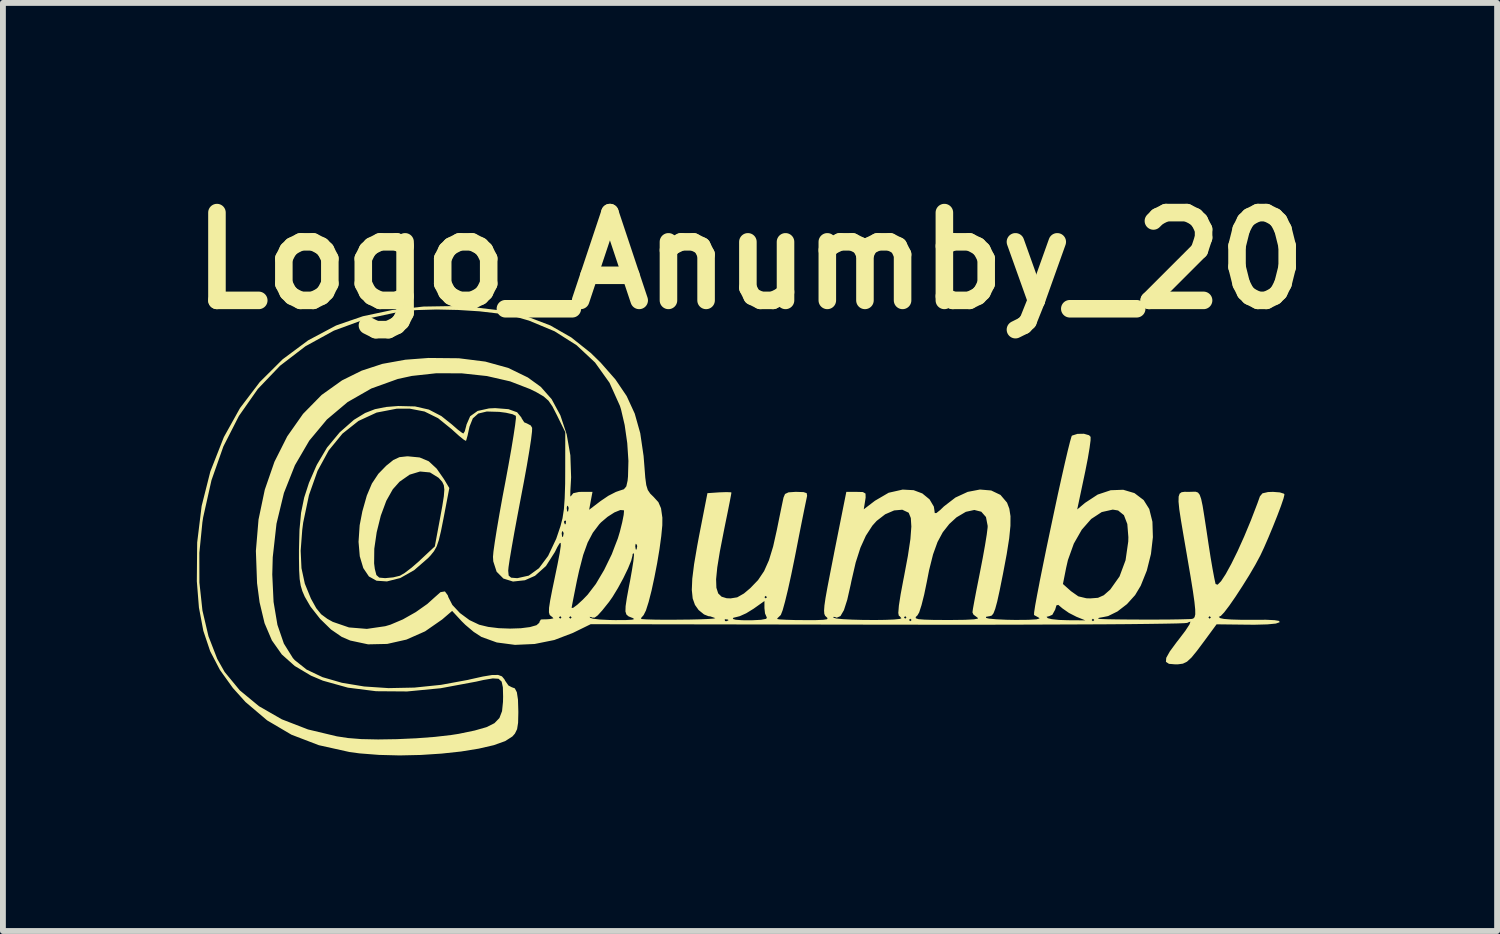
<source format=kicad_pcb>
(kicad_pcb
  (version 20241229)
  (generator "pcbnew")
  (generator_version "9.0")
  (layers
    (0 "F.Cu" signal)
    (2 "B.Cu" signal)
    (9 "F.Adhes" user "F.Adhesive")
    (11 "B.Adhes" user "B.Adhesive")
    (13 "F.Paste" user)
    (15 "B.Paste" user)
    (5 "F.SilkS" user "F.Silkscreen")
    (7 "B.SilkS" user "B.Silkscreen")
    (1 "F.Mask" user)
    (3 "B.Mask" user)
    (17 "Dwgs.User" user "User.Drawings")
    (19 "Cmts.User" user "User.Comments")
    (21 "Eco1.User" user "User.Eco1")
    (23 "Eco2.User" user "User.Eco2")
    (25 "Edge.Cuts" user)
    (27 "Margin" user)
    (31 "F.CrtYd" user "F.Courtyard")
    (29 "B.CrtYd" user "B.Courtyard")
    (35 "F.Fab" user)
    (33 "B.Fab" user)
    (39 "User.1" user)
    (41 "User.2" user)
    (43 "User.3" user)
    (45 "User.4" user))
  (footprint "Logo_Anumby_20"
    (layer "F.Cu")
    (at 9.664 6.004)
    (property "Reference" "Logo_Anumby_20" (at 0.1 -4.6 0) (layer "F.SilkS") (effects (font (size 1.5 1.5) (thickness 0.3))))
    (attr board_only exclude_from_pos_files exclude_from_bom)
    (fp_poly (pts (xy -5.544 -1.238) (xy -5.389 -1.173) (xy -5.254 -1.048) (xy -5.128 -0.867) (xy -5.037 -0.715) (xy -5.135 -0.203) (xy -5.179 0.018) (xy -5.216 0.173) (xy -5.253 0.282) (xy -5.299 0.364) (xy -5.36 0.439) (xy -5.402 0.483) (xy -5.638 0.688) (xy -5.875 0.822) (xy -6.103 0.88) (xy -6.281 0.868) (xy -6.411 0.795) (xy -6.507 0.652) (xy -6.531 0.572) (xy -6.322 0.572) (xy -6.31 0.667) (xy -6.283 0.771) (xy -6.234 0.815) (xy -6.134 0.824) (xy -6.134 0.824) (xy -5.997 0.811) (xy -5.881 0.783) (xy -5.799 0.735) (xy -5.679 0.643) (xy -5.547 0.528) (xy -5.531 0.512) (xy -5.285 0.282) (xy -5.2 -0.173) (xy -5.157 -0.408) (xy -5.131 -0.573) (xy -5.122 -0.687) (xy -5.131 -0.764) (xy -5.158 -0.821) (xy -5.205 -0.874) (xy -5.221 -0.891) (xy -5.367 -0.982) (xy -5.537 -0.998) (xy -5.715 -0.944) (xy -5.888 -0.823) (xy -6.003 -0.694) (xy -6.114 -0.497) (xy -6.208 -0.243) (xy -6.278 0.04) (xy -6.319 0.321) (xy -6.322 0.572) (xy -6.531 0.572) (xy -6.567 0.451) (xy -6.588 0.203) (xy -6.569 -0.079) (xy -6.523 -0.317) (xy -6.447 -0.586) (xy -6.36 -0.792) (xy -6.25 -0.958) (xy -6.115 -1.097) (xy -5.993 -1.195) (xy -5.889 -1.243) (xy -5.762 -1.257) (xy -5.74 -1.257)) (stroke (width 0) (type solid)) (fill yes) (layer "F.SilkS"))
    (fp_poly (pts (xy -4.677 -3.811) (xy -4.161 -3.75) (xy -3.71 -3.646) (xy -3.312 -3.494) (xy -2.954 -3.289) (xy -2.621 -3.024) (xy -2.453 -2.86) (xy -2.199 -2.571) (xy -2.007 -2.287) (xy -1.869 -1.987) (xy -1.775 -1.653) (xy -1.718 -1.264) (xy -1.704 -1.088) (xy -1.689 -0.894) (xy -1.672 -0.766) (xy -1.646 -0.682) (xy -1.604 -0.62) (xy -1.547 -0.564) (xy -1.465 -0.474) (xy -1.42 -0.37) (xy -1.398 -0.216) (xy -1.397 -0.212) (xy -1.398 -0.079) (xy -1.416 0.107) (xy -1.446 0.328) (xy -1.486 0.568) (xy -1.533 0.81) (xy -1.582 1.037) (xy -1.632 1.232) (xy -1.678 1.377) (xy -1.718 1.457) (xy -1.724 1.463) (xy -1.763 1.508) (xy -1.753 1.523) (xy -1.666 1.529) (xy -1.525 1.533) (xy -1.347 1.535) (xy -1.15 1.534) (xy -0.951 1.532) (xy -0.938 1.532) (xy -0.332 1.532) (xy -0.326 1.557) (xy -0.303 1.56) (xy -0.268 1.545) (xy -0.275 1.532) (xy -0.326 1.526) (xy -0.332 1.532) (xy -0.938 1.532) (xy -0.768 1.528) (xy -0.619 1.522) (xy -0.603 1.521) (xy -0.193 1.521) (xy -0.144 1.535) (xy -0.032 1.543) (xy 0.119 1.544) (xy 0.127 1.544) (xy 0.289 1.536) (xy 0.377 1.519) (xy 0.388 1.498) (xy 0.357 1.427) (xy 0.347 1.336) (xy 0.347 1.215) (xy 0.161 1.347) (xy 0.036 1.424) (xy -0.075 1.474) (xy -0.118 1.485) (xy -0.184 1.501) (xy -0.193 1.521) (xy -0.603 1.521) (xy -0.521 1.515) (xy -0.491 1.507) (xy -0.492 1.507) (xy -0.579 1.477) (xy -0.61 1.474) (xy -0.685 1.444) (xy -0.774 1.372) (xy -0.779 1.367) (xy -0.84 1.281) (xy -0.879 1.171) (xy -0.894 1.025) (xy -0.886 0.834) (xy -0.855 0.586) (xy -0.801 0.269) (xy -0.771 0.108) (xy -0.627 -0.628) (xy -0.422 -0.642) (xy -0.302 -0.646) (xy -0.228 -0.643) (xy -0.217 -0.638) (xy -0.225 -0.591) (xy -0.247 -0.475) (xy -0.281 -0.304) (xy -0.324 -0.094) (xy -0.348 0.026) (xy -0.415 0.37) (xy -0.459 0.64) (xy -0.479 0.843) (xy -0.474 0.988) (xy -0.443 1.085) (xy -0.385 1.141) (xy -0.3 1.167) (xy -0.232 1.17) (xy -0.119 1.152) (xy -0.113 1.149) (xy 0.347 1.149) (xy 0.368 1.17) (xy 0.39 1.149) (xy 0.368 1.127) (xy 0.347 1.149) (xy -0.113 1.149) (xy -0.003 1.086) (xy 0.105 0.995) (xy 0.238 0.857) (xy 0.341 0.704) (xy 0.424 0.518) (xy 0.496 0.282) (xy 0.559 -0.000056) (xy 0.599 -0.198) (xy 0.635 -0.373) (xy 0.662 -0.502) (xy 0.673 -0.553) (xy 0.699 -0.614) (xy 0.758 -0.642) (xy 0.875 -0.65) (xy 0.894 -0.65) (xy 1.015 -0.646) (xy 1.069 -0.628) (xy 1.076 -0.584) (xy 1.07 -0.553) (xy 1.055 -0.482) (xy 1.026 -0.341) (xy 0.986 -0.143) (xy 0.938 0.099) (xy 0.885 0.371) (xy 0.864 0.477) (xy 0.805 0.765) (xy 0.749 1.019) (xy 0.699 1.225) (xy 0.658 1.373) (xy 0.628 1.45) (xy 0.623 1.457) (xy 0.572 1.506) (xy 0.564 1.522) (xy 0.604 1.529) (xy 0.713 1.535) (xy 0.873 1.54) (xy 1.023 1.541) (xy 1.226 1.541) (xy 1.353 1.536) (xy 1.416 1.526) (xy 1.426 1.507) (xy 1.407 1.489) (xy 1.404 1.486) (xy 1.522 1.486) (xy 1.528 1.5) (xy 1.577 1.514) (xy 1.69 1.525) (xy 1.85 1.533) (xy 2.036 1.538) (xy 2.229 1.539) (xy 2.253 1.539) (xy 2.817 1.539) (xy 2.839 1.56) (xy 2.861 1.539) (xy 2.839 1.517) (xy 2.817 1.539) (xy 2.253 1.539) (xy 2.41 1.537) (xy 2.559 1.531) (xy 2.658 1.521) (xy 2.687 1.51) (xy 2.675 1.495) (xy 2.731 1.495) (xy 2.752 1.517) (xy 2.774 1.495) (xy 2.768 1.489) (xy 2.931 1.489) (xy 2.934 1.51) (xy 2.98 1.525) (xy 3.081 1.533) (xy 3.246 1.538) (xy 3.486 1.539) (xy 3.534 1.539) (xy 3.772 1.536) (xy 3.927 1.528) (xy 3.996 1.515) (xy 3.989 1.5) (xy 3.919 1.448) (xy 3.901 1.409) (xy 3.909 1.35) (xy 3.932 1.223) (xy 3.966 1.043) (xy 4.009 0.827) (xy 4.031 0.715) (xy 4.077 0.478) (xy 4.116 0.261) (xy 4.145 0.081) (xy 4.16 -0.04) (xy 4.161 -0.069) (xy 4.132 -0.22) (xy 4.052 -0.311) (xy 3.933 -0.341) (xy 3.788 -0.309) (xy 3.629 -0.215) (xy 3.505 -0.101) (xy 3.394 0.04) (xy 3.304 0.207) (xy 3.228 0.418) (xy 3.16 0.689) (xy 3.121 0.889) (xy 3.076 1.106) (xy 3.031 1.285) (xy 2.991 1.409) (xy 2.962 1.459) (xy 2.931 1.489) (xy 2.768 1.489) (xy 2.752 1.474) (xy 2.731 1.495) (xy 2.675 1.495) (xy 2.654 1.471) (xy 2.643 1.466) (xy 2.634 1.419) (xy 2.644 1.294) (xy 2.674 1.101) (xy 2.722 0.845) (xy 2.73 0.806) (xy 2.798 0.443) (xy 2.841 0.157) (xy 2.857 -0.057) (xy 2.848 -0.203) (xy 2.814 -0.288) (xy 2.809 -0.295) (xy 2.702 -0.345) (xy 2.563 -0.333) (xy 2.41 -0.267) (xy 2.264 -0.154) (xy 2.192 -0.074) (xy 2.08 0.099) (xy 1.987 0.304) (xy 1.906 0.557) (xy 1.832 0.877) (xy 1.821 0.932) (xy 1.762 1.193) (xy 1.705 1.371) (xy 1.646 1.472) (xy 1.583 1.5) (xy 1.547 1.487) (xy 1.522 1.486) (xy 1.404 1.486) (xy 1.384 1.467) (xy 1.37 1.434) (xy 1.366 1.378) (xy 1.372 1.291) (xy 1.391 1.16) (xy 1.424 0.977) (xy 1.472 0.729) (xy 1.535 0.408) (xy 1.538 0.391) (xy 1.746 -0.65) (xy 1.919 -0.65) (xy 2.029 -0.647) (xy 2.074 -0.621) (xy 2.076 -0.553) (xy 2.068 -0.501) (xy 2.044 -0.352) (xy 2.236 -0.499) (xy 2.469 -0.635) (xy 2.708 -0.689) (xy 2.896 -0.679) (xy 3.045 -0.623) (xy 3.168 -0.522) (xy 3.241 -0.399) (xy 3.251 -0.336) (xy 3.257 -0.288) (xy 3.285 -0.288) (xy 3.351 -0.341) (xy 3.413 -0.401) (xy 3.61 -0.553) (xy 3.82 -0.65) (xy 4.029 -0.69) (xy 4.221 -0.674) (xy 4.38 -0.598) (xy 4.492 -0.466) (xy 4.531 -0.363) (xy 4.551 -0.235) (xy 4.55 -0.07) (xy 4.529 0.143) (xy 4.486 0.415) (xy 4.421 0.76) (xy 4.417 0.779) (xy 4.365 1.038) (xy 4.324 1.224) (xy 4.29 1.349) (xy 4.261 1.424) (xy 4.232 1.462) (xy 4.199 1.473) (xy 4.191 1.474) (xy 4.133 1.485) (xy 4.134 1.504) (xy 4.187 1.516) (xy 4.308 1.527) (xy 4.477 1.535) (xy 4.638 1.538) (xy 4.858 1.536) (xy 4.995 1.528) (xy 5.047 1.513) (xy 5.038 1.501) (xy 5.009 1.485) (xy 5.167 1.485) (xy 5.188 1.508) (xy 5.256 1.525) (xy 5.382 1.538) (xy 5.535 1.543) (xy 5.83 1.545) (xy 5.814 1.539) (xy 5.938 1.539) (xy 5.96 1.56) (xy 5.982 1.539) (xy 5.96 1.517) (xy 5.938 1.539) (xy 5.814 1.539) (xy 5.678 1.484) (xy 5.549 1.418) (xy 5.44 1.342) (xy 5.434 1.337) (xy 5.368 1.281) (xy 5.336 1.289) (xy 5.314 1.363) (xy 5.266 1.45) (xy 5.211 1.474) (xy 5.167 1.485) (xy 5.009 1.485) (xy 4.971 1.464) (xy 4.953 1.454) (xy 4.955 1.408) (xy 4.973 1.29) (xy 5.006 1.11) (xy 5.042 0.924) (xy 5.447 0.924) (xy 5.585 1.047) (xy 5.71 1.135) (xy 5.848 1.168) (xy 5.915 1.17) (xy 6.046 1.16) (xy 6.145 1.116) (xy 6.252 1.022) (xy 6.259 1.014) (xy 6.414 0.795) (xy 6.517 0.518) (xy 6.563 0.198) (xy 6.565 0.124) (xy 6.547 -0.101) (xy 6.489 -0.252) (xy 6.39 -0.332) (xy 6.298 -0.347) (xy 6.11 -0.305) (xy 5.93 -0.187) (xy 5.769 -0.004) (xy 5.633 0.234) (xy 5.532 0.516) (xy 5.502 0.647) (xy 5.447 0.924) (xy 5.042 0.924) (xy 5.05 0.88) (xy 5.104 0.613) (xy 5.164 0.318) (xy 5.229 0.009) (xy 5.295 -0.303) (xy 5.36 -0.607) (xy 5.423 -0.891) (xy 5.48 -1.143) (xy 5.529 -1.352) (xy 5.568 -1.507) (xy 5.593 -1.595) (xy 5.601 -1.611) (xy 5.695 -1.641) (xy 5.805 -1.643) (xy 5.893 -1.618) (xy 5.92 -1.59) (xy 5.919 -1.529) (xy 5.902 -1.4) (xy 5.872 -1.221) (xy 5.83 -1.008) (xy 5.816 -0.941) (xy 5.691 -0.35) (xy 5.826 -0.463) (xy 6.041 -0.604) (xy 6.263 -0.678) (xy 6.477 -0.686) (xy 6.669 -0.629) (xy 6.826 -0.51) (xy 6.922 -0.357) (xy 6.976 -0.14) (xy 6.984 0.124) (xy 6.951 0.411) (xy 6.88 0.695) (xy 6.776 0.954) (xy 6.68 1.114) (xy 6.541 1.268) (xy 6.379 1.393) (xy 6.219 1.472) (xy 6.136 1.489) (xy 6.062 1.502) (xy 6.047 1.517) (xy 6.091 1.522) (xy 6.205 1.526) (xy 6.373 1.529) (xy 6.579 1.531) (xy 6.805 1.532) (xy 7.036 1.532) (xy 7.255 1.531) (xy 7.445 1.528) (xy 7.591 1.524) (xy 7.64 1.522) (xy 7.673 1.515) (xy 7.692 1.495) (xy 7.932 1.495) (xy 7.954 1.517) (xy 7.975 1.495) (xy 7.954 1.474) (xy 7.932 1.495) (xy 7.692 1.495) (xy 7.696 1.492) (xy 7.708 1.443) (xy 7.707 1.36) (xy 7.694 1.231) (xy 7.668 1.047) (xy 7.628 0.799) (xy 7.573 0.477) (xy 7.564 0.424) (xy 7.507 0.093) (xy 7.464 -0.162) (xy 7.435 -0.351) (xy 7.422 -0.484) (xy 7.424 -0.57) (xy 7.441 -0.62) (xy 7.474 -0.644) (xy 7.524 -0.651) (xy 7.59 -0.65) (xy 7.602 -0.65) (xy 7.668 -0.652) (xy 7.717 -0.652) (xy 7.755 -0.638) (xy 7.784 -0.6) (xy 7.809 -0.528) (xy 7.834 -0.41) (xy 7.862 -0.236) (xy 7.899 0.004) (xy 7.934 0.238) (xy 7.969 0.464) (xy 8.003 0.663) (xy 8.032 0.818) (xy 8.052 0.911) (xy 8.056 0.925) (xy 8.09 0.936) (xy 8.149 0.876) (xy 8.228 0.755) (xy 8.324 0.58) (xy 8.431 0.363) (xy 8.544 0.112) (xy 8.658 -0.162) (xy 8.769 -0.451) (xy 8.813 -0.574) (xy 8.856 -0.625) (xy 8.951 -0.647) (xy 9.036 -0.65) (xy 9.153 -0.641) (xy 9.223 -0.619) (xy 9.232 -0.605) (xy 9.216 -0.538) (xy 9.173 -0.411) (xy 9.11 -0.244) (xy 9.035 -0.056) (xy 8.956 0.134) (xy 8.881 0.306) (xy 8.82 0.436) (xy 8.734 0.596) (xy 8.628 0.777) (xy 8.511 0.964) (xy 8.395 1.142) (xy 8.289 1.295) (xy 8.202 1.409) (xy 8.145 1.469) (xy 8.134 1.474) (xy 8.11 1.487) (xy 8.136 1.508) (xy 8.199 1.521) (xy 8.328 1.531) (xy 8.505 1.536) (xy 8.689 1.536) (xy 8.916 1.535) (xy 9.064 1.542) (xy 9.14 1.555) (xy 9.15 1.577) (xy 9.15 1.577) (xy 9.085 1.6) (xy 8.94 1.614) (xy 8.72 1.62) (xy 8.591 1.619) (xy 8.072 1.613) (xy 7.867 1.892) (xy 7.737 2.066) (xy 7.642 2.182) (xy 7.567 2.251) (xy 7.497 2.285) (xy 7.417 2.296) (xy 7.366 2.297) (xy 7.258 2.288) (xy 7.207 2.254) (xy 7.212 2.186) (xy 7.274 2.075) (xy 7.394 1.912) (xy 7.412 1.89) (xy 7.539 1.723) (xy 7.61 1.614) (xy 7.626 1.566) (xy 7.585 1.581) (xy 7.574 1.588) (xy 7.524 1.593) (xy 7.393 1.598) (xy 7.184 1.602) (xy 6.903 1.606) (xy 6.555 1.61) (xy 6.144 1.613) (xy 5.676 1.615) (xy 5.155 1.617) (xy 4.587 1.619) (xy 3.976 1.62) (xy 3.326 1.62) (xy 2.644 1.619) (xy 2.449 1.619) (xy -2.622 1.611) (xy -2.926 1.76) (xy -3.243 1.881) (xy -3.58 1.949) (xy -3.915 1.964) (xy -4.226 1.923) (xy -4.489 1.828) (xy -4.621 1.742) (xy -4.762 1.623) (xy -4.824 1.562) (xy -4.989 1.384) (xy -5.159 1.53) (xy -5.451 1.733) (xy -5.77 1.874) (xy -6.099 1.948) (xy -6.425 1.955) (xy -6.73 1.89) (xy -6.876 1.827) (xy -7.059 1.701) (xy -7.245 1.519) (xy -7.409 1.31) (xy -7.507 1.141) (xy -7.548 1.046) (xy -7.576 0.952) (xy -7.594 0.84) (xy -7.603 0.69) (xy -7.606 0.482) (xy -7.606 0.355) (xy -7.577 0.355) (xy -7.563 0.654) (xy -7.506 0.918) (xy -7.403 1.17) (xy -7.398 1.18) (xy -7.311 1.337) (xy -7.227 1.441) (xy -7.12 1.52) (xy -7.028 1.571) (xy -6.752 1.666) (xy -6.446 1.691) (xy -6.131 1.645) (xy -6.043 1.619) (xy -5.831 1.529) (xy -5.61 1.404) (xy -5.413 1.265) (xy -5.291 1.155) (xy -5.187 1.063) (xy -5.112 1.051) (xy -5.063 1.118) (xy -5.054 1.148) (xy -4.985 1.282) (xy -4.856 1.42) (xy -4.692 1.541) (xy -4.526 1.62) (xy -4.372 1.657) (xy -4.191 1.679) (xy -3.999 1.686) (xy -3.816 1.68) (xy -3.659 1.66) (xy -3.547 1.628) (xy -3.498 1.585) (xy -3.498 1.573) (xy -3.474 1.532) (xy -3.455 1.529) (xy -3.369 1.527) (xy -3.316 1.523) (xy -3.258 1.511) (xy -3.272 1.495) (xy -3.164 1.495) (xy -3.142 1.517) (xy -3.121 1.495) (xy -2.991 1.495) (xy -2.969 1.517) (xy -2.947 1.495) (xy -2.958 1.485) (xy -2.639 1.485) (xy -2.633 1.5) (xy -2.582 1.517) (xy -2.465 1.531) (xy -2.301 1.539) (xy -2.204 1.541) (xy -2.019 1.54) (xy -1.914 1.534) (xy -1.878 1.523) (xy -1.906 1.504) (xy -1.918 1.5) (xy -1.975 1.477) (xy -2.011 1.446) (xy -2.028 1.393) (xy -2.025 1.303) (xy -2.004 1.162) (xy -1.966 0.956) (xy -1.949 0.871) (xy -1.916 0.684) (xy -1.892 0.531) (xy -1.882 0.429) (xy -1.885 0.398) (xy -1.905 0.411) (xy -1.907 0.437) (xy -1.929 0.524) (xy -1.985 0.661) (xy -2.065 0.826) (xy -2.157 0.995) (xy -2.249 1.146) (xy -2.308 1.23) (xy -2.424 1.375) (xy -2.501 1.46) (xy -2.553 1.498) (xy -2.591 1.499) (xy -2.607 1.491) (xy -2.639 1.485) (xy -2.958 1.485) (xy -2.969 1.474) (xy -2.991 1.495) (xy -3.121 1.495) (xy -3.142 1.474) (xy -3.164 1.495) (xy -3.272 1.495) (xy -3.282 1.484) (xy -3.297 1.475) (xy -3.323 1.451) (xy -3.335 1.407) (xy -3.333 1.333) (xy -2.947 1.333) (xy -2.921 1.331) (xy -2.851 1.279) (xy -2.756 1.192) (xy -2.674 1.107) (xy -2.534 0.924) (xy -2.392 0.684) (xy -2.261 0.415) (xy -2.209 0.278) (xy -1.86 0.278) (xy -1.852 0.334) (xy -1.838 0.335) (xy -1.827 0.277) (xy -1.834 0.252) (xy -1.853 0.236) (xy -1.86 0.278) (xy -2.209 0.278) (xy -2.157 0.144) (xy -2.123 0.03) (xy -2.083 -0.13) (xy -2.058 -0.257) (xy -2.052 -0.328) (xy -2.054 -0.335) (xy -2.115 -0.34) (xy -2.216 -0.299) (xy -2.333 -0.224) (xy -2.445 -0.129) (xy -2.475 -0.097) (xy -2.585 0.048) (xy -2.674 0.217) (xy -2.75 0.428) (xy -2.82 0.699) (xy -2.857 0.867) (xy -2.894 1.052) (xy -2.924 1.204) (xy -2.943 1.304) (xy -2.947 1.333) (xy -3.333 1.333) (xy -3.333 1.33) (xy -3.314 1.206) (xy -3.278 1.02) (xy -3.244 0.858) (xy -3.188 0.587) (xy -3.151 0.394) (xy -3.133 0.273) (xy -3.134 0.22) (xy -3.153 0.229) (xy -3.191 0.292) (xy -3.233 0.377) (xy -3.386 0.617) (xy -3.573 0.784) (xy -3.745 0.86) (xy -3.949 0.882) (xy -4.113 0.831) (xy -4.229 0.714) (xy -4.286 0.538) (xy -4.291 0.46) (xy -4.283 0.369) (xy -4.26 0.207) (xy -4.225 -0.013) (xy -4.18 -0.276) (xy -4.127 -0.57) (xy -4.081 -0.811) (xy -4.026 -1.109) (xy -3.978 -1.379) (xy -3.94 -1.61) (xy -3.913 -1.79) (xy -3.899 -1.907) (xy -3.9 -1.949) (xy -3.955 -1.976) (xy -4.069 -2.002) (xy -4.185 -2.017) (xy -4.397 -2.023) (xy -4.543 -1.988) (xy -4.636 -1.905) (xy -4.692 -1.765) (xy -4.699 -1.733) (xy -4.725 -1.613) (xy -4.747 -1.535) (xy -4.753 -1.521) (xy -4.788 -1.54) (xy -4.87 -1.606) (xy -4.98 -1.705) (xy -4.995 -1.719) (xy -5.229 -1.909) (xy -5.461 -2.023) (xy -5.714 -2.072) (xy -5.937 -2.071) (xy -6.279 -2.005) (xy -6.589 -1.862) (xy -6.863 -1.645) (xy -7.097 -1.359) (xy -7.289 -1.008) (xy -7.435 -0.595) (xy -7.534 -0.124) (xy -7.55 0) (xy -7.577 0.355) (xy -7.606 0.355) (xy -7.606 0.347) (xy -7.597 -0.003) (xy -7.57 -0.293) (xy -7.517 -0.552) (xy -7.435 -0.805) (xy -7.316 -1.079) (xy -7.298 -1.117) (xy -7.127 -1.406) (xy -6.91 -1.667) (xy -6.667 -1.881) (xy -6.475 -1.998) (xy -6.307 -2.063) (xy -6.114 -2.101) (xy -5.911 -2.117) (xy -5.623 -2.11) (xy -5.386 -2.056) (xy -5.173 -1.945) (xy -4.996 -1.804) (xy -4.895 -1.716) (xy -4.821 -1.66) (xy -4.797 -1.647) (xy -4.773 -1.685) (xy -4.748 -1.778) (xy -4.743 -1.8) (xy -4.681 -1.942) (xy -4.553 -2.033) (xy -4.358 -2.076) (xy -4.253 -2.081) (xy -4.027 -2.063) (xy -3.879 -2.01) (xy -3.806 -1.921) (xy -3.803 -1.91) (xy -3.757 -1.838) (xy -3.713 -1.82) (xy -3.646 -1.785) (xy -3.622 -1.744) (xy -3.624 -1.682) (xy -3.64 -1.547) (xy -3.67 -1.351) (xy -3.711 -1.107) (xy -3.762 -0.827) (xy -3.815 -0.549) (xy -3.873 -0.243) (xy -3.926 0.042) (xy -3.97 0.291) (xy -4.004 0.492) (xy -4.025 0.633) (xy -4.031 0.696) (xy -4.023 0.78) (xy -3.981 0.816) (xy -3.881 0.824) (xy -3.873 0.824) (xy -3.68 0.781) (xy -3.505 0.654) (xy -3.349 0.444) (xy -3.21 0.15) (xy -3.18 0.061) (xy -3.117 0.061) (xy -3.109 0.118) (xy -3.095 0.118) (xy -3.084 0.06) (xy -3.091 0.035) (xy -3.11 0.019) (xy -3.117 0.061) (xy -3.18 0.061) (xy -3.137 -0.067) (xy -3.121 -0.13) (xy -3.077 -0.13) (xy -3.062 -0.094) (xy -3.049 -0.101) (xy -3.043 -0.153) (xy -3.049 -0.159) (xy -3.074 -0.153) (xy -3.077 -0.13) (xy -3.121 -0.13) (xy -3.103 -0.199) (xy -3.08 -0.351) (xy -3.078 -0.372) (xy -3.031 -0.372) (xy -3.023 -0.316) (xy -3.008 -0.315) (xy -2.998 -0.373) (xy -3.005 -0.398) (xy -3.024 -0.415) (xy -3.031 -0.372) (xy -3.078 -0.372) (xy -3.066 -0.541) (xy -3.058 -0.787) (xy -3.057 -0.998) (xy -3.056 -1.67) (xy -3.199 -1.961) (xy -3.275 -2.109) (xy -3.343 -2.208) (xy -3.426 -2.281) (xy -3.549 -2.353) (xy -3.656 -2.406) (xy -3.998 -2.538) (xy -4.395 -2.629) (xy -4.822 -2.675) (xy -5.257 -2.677) (xy -5.677 -2.631) (xy -5.917 -2.579) (xy -6.37 -2.416) (xy -6.775 -2.184) (xy -7.129 -1.886) (xy -7.43 -1.525) (xy -7.675 -1.105) (xy -7.863 -0.631) (xy -7.99 -0.106) (xy -8.054 0.467) (xy -8.062 0.763) (xy -8.04 1.23) (xy -7.974 1.622) (xy -7.864 1.942) (xy -7.71 2.189) (xy -7.678 2.225) (xy -7.476 2.386) (xy -7.203 2.516) (xy -6.872 2.612) (xy -6.492 2.675) (xy -6.076 2.703) (xy -5.634 2.694) (xy -5.178 2.647) (xy -4.717 2.562) (xy -4.689 2.555) (xy -4.464 2.505) (xy -4.307 2.479) (xy -4.203 2.478) (xy -4.138 2.502) (xy -4.096 2.552) (xy -4.082 2.579) (xy -4.026 2.659) (xy -3.972 2.687) (xy -3.918 2.707) (xy -3.883 2.774) (xy -3.864 2.9) (xy -3.858 3.099) (xy -3.858 3.126) (xy -3.862 3.295) (xy -3.879 3.404) (xy -3.916 3.48) (xy -3.959 3.529) (xy -4.082 3.608) (xy -4.278 3.678) (xy -4.534 3.737) (xy -4.836 3.786) (xy -5.171 3.822) (xy -5.525 3.845) (xy -5.886 3.853) (xy -6.239 3.844) (xy -6.571 3.818) (xy -6.742 3.795) (xy -7.267 3.678) (xy -7.734 3.499) (xy -8.15 3.254) (xy -8.519 2.941) (xy -8.735 2.701) (xy -8.956 2.393) (xy -9.123 2.073) (xy -9.24 1.724) (xy -9.315 1.328) (xy -9.351 0.878) (xy -9.347 0.392) (xy -9.308 0.392) (xy -9.307 0.899) (xy -9.255 1.378) (xy -9.152 1.817) (xy -9.002 2.204) (xy -8.876 2.427) (xy -8.617 2.741) (xy -8.289 3.012) (xy -7.899 3.236) (xy -7.452 3.409) (xy -6.958 3.527) (xy -6.766 3.556) (xy -6.54 3.574) (xy -6.254 3.58) (xy -5.932 3.575) (xy -5.599 3.56) (xy -5.282 3.536) (xy -5.004 3.504) (xy -4.876 3.484) (xy -4.602 3.427) (xy -4.402 3.37) (xy -4.266 3.302) (xy -4.181 3.214) (xy -4.136 3.096) (xy -4.12 2.938) (xy -4.118 2.847) (xy -4.122 2.69) (xy -4.143 2.592) (xy -4.196 2.543) (xy -4.294 2.537) (xy -4.454 2.564) (xy -4.578 2.592) (xy -5.185 2.705) (xy -5.758 2.76) (xy -6.288 2.756) (xy -6.77 2.695) (xy -7.197 2.576) (xy -7.4 2.49) (xy -7.678 2.325) (xy -7.899 2.128) (xy -8.069 1.887) (xy -8.194 1.593) (xy -8.279 1.236) (xy -8.322 0.91) (xy -8.342 0.359) (xy -8.297 -0.177) (xy -8.19 -0.687) (xy -8.025 -1.164) (xy -7.806 -1.599) (xy -7.536 -1.983) (xy -7.219 -2.306) (xy -6.87 -2.555) (xy -6.535 -2.721) (xy -6.181 -2.837) (xy -5.788 -2.908) (xy -5.393 -2.938) (xy -4.875 -2.933) (xy -4.422 -2.876) (xy -4.031 -2.768) (xy -3.696 -2.605) (xy -3.474 -2.444) (xy -3.289 -2.234) (xy -3.14 -1.959) (xy -3.032 -1.634) (xy -2.969 -1.275) (xy -2.956 -0.899) (xy -2.961 -0.806) (xy -2.969 -0.668) (xy -2.97 -0.584) (xy -2.964 -0.569) (xy -2.962 -0.574) (xy -2.92 -0.627) (xy -2.821 -0.649) (xy -2.766 -0.65) (xy -2.591 -0.65) (xy -2.62 -0.497) (xy -2.648 -0.344) (xy -2.453 -0.493) (xy -2.32 -0.583) (xy -2.191 -0.649) (xy -2.131 -0.67) (xy -2.054 -0.695) (xy -2.013 -0.744) (xy -1.991 -0.842) (xy -1.984 -0.914) (xy -1.977 -1.179) (xy -1.997 -1.484) (xy -2.041 -1.792) (xy -2.104 -2.062) (xy -2.122 -2.119) (xy -2.3 -2.514) (xy -2.547 -2.86) (xy -2.862 -3.155) (xy -3.239 -3.394) (xy -3.676 -3.576) (xy -3.912 -3.644) (xy -4.189 -3.696) (xy -4.523 -3.735) (xy -4.888 -3.758) (xy -5.256 -3.766) (xy -5.598 -3.756) (xy -5.887 -3.728) (xy -6.472 -3.602) (xy -7.009 -3.405) (xy -7.495 -3.138) (xy -7.929 -2.805) (xy -8.309 -2.408) (xy -8.632 -1.947) (xy -8.897 -1.427) (xy -9.101 -0.848) (xy -9.243 -0.214) (xy -9.256 -0.13) (xy -9.308 0.392) (xy -9.347 0.392) (xy -9.345 0.214) (xy -9.269 -0.408) (xy -9.12 -0.999) (xy -8.896 -1.569) (xy -8.887 -1.59) (xy -8.613 -2.082) (xy -8.276 -2.526) (xy -7.885 -2.915) (xy -7.449 -3.239) (xy -6.977 -3.49) (xy -6.955 -3.499) (xy -6.513 -3.651) (xy -6.015 -3.757) (xy -5.48 -3.816) (xy -4.928 -3.825)) (stroke (width 0) (type solid)) (fill yes) (layer "F.SilkS")))
  (gr_rect
    (start -3 -3)
    (end 22.529 12.857)
    (stroke (width 0.1) (type default))
    (fill no)
    (layer "Edge.Cuts")))
</source>
